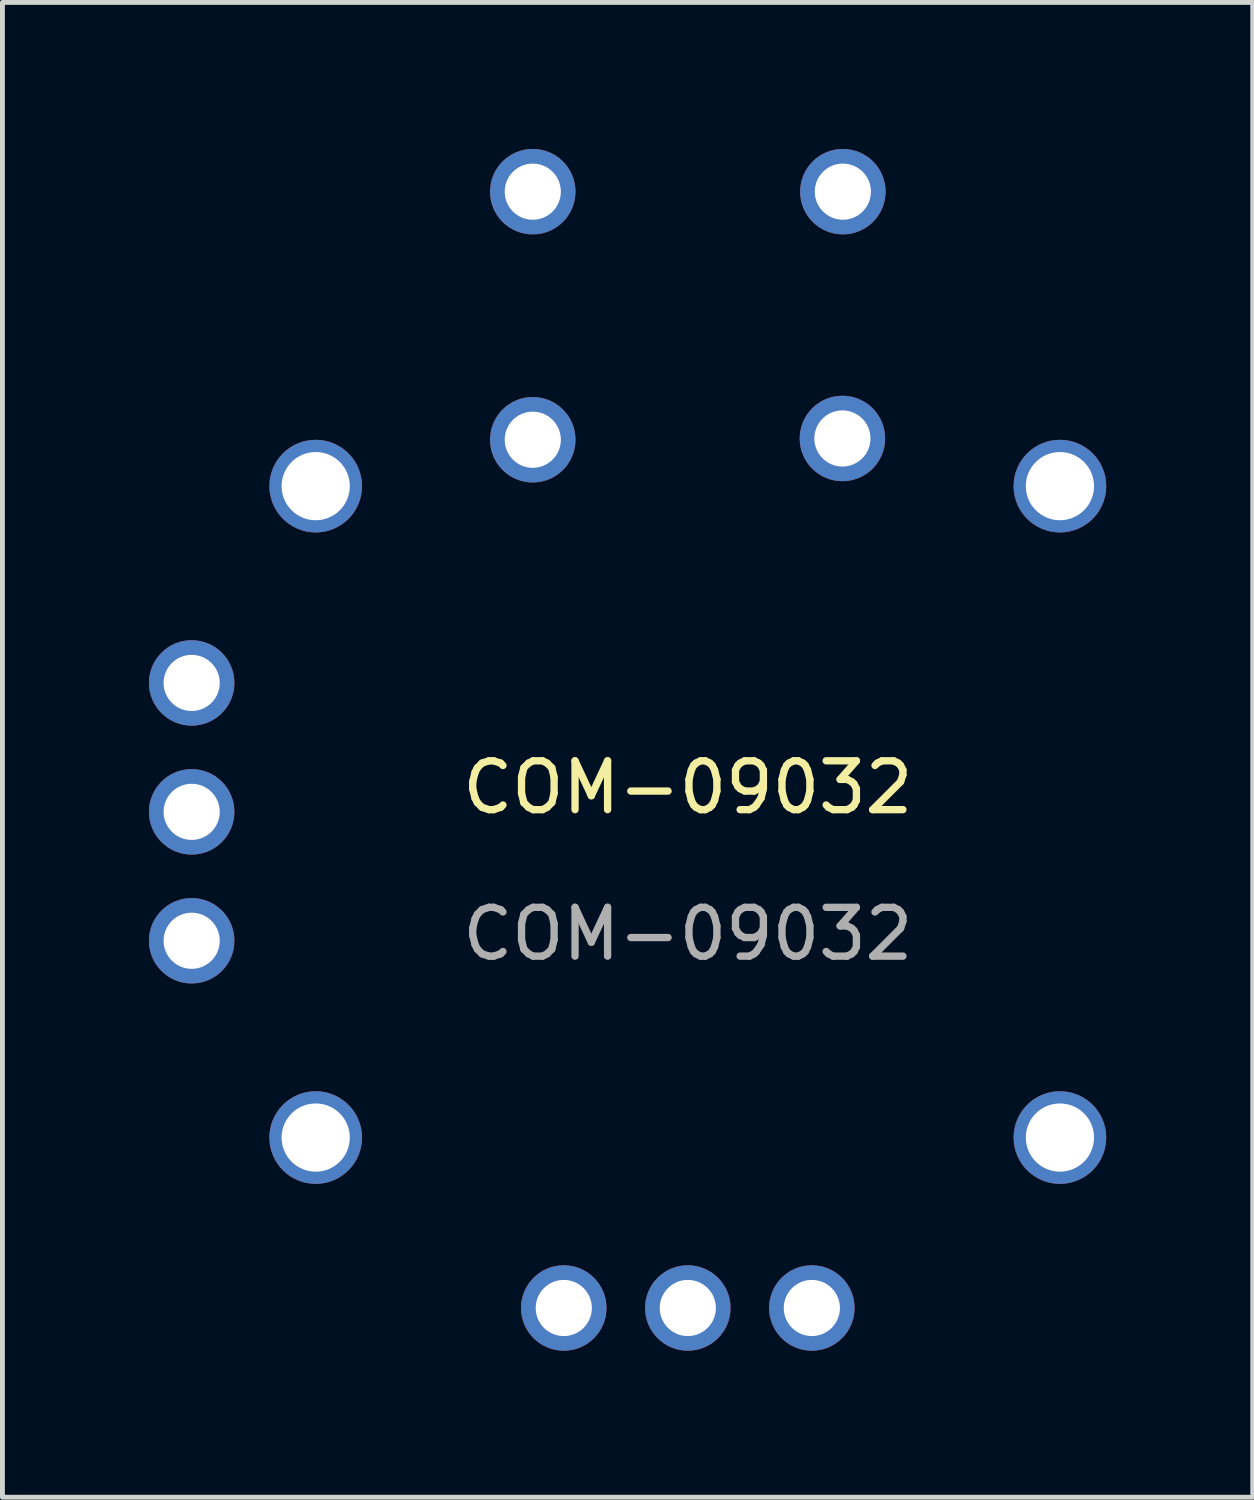
<source format=kicad_pcb>
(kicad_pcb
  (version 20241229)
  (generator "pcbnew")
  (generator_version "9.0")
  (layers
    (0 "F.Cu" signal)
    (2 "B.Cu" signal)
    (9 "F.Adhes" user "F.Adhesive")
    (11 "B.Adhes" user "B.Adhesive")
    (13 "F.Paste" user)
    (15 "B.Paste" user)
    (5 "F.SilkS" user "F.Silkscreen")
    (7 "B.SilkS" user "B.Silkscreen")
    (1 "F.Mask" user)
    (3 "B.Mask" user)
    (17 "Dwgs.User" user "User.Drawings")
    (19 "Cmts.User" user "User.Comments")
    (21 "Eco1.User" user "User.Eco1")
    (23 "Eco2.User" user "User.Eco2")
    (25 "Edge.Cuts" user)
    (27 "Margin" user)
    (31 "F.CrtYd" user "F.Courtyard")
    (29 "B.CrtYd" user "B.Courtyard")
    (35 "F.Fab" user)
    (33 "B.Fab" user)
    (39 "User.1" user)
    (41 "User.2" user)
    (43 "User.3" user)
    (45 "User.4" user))
  (footprint "COM-09032"
    (layer "F.Cu")
    (at 11.035 13.575)
    (property "Reference" "COM-09032" (at 0 -0.5 0) (unlocked yes) (layer "F.SilkS") (effects (font (size 1 1) (thickness 0.15))))
    (attr through_hole)
    (fp_text user "${REFERENCE}" (at 0 2.5 0) (unlocked yes) (layer "F.Fab") (effects (font (size 1 1) (thickness 0.15))))
    (pad "" np_thru_hole circle (at -7.62 -6.67) (size 1.897 1.897) (drill 1.397) (layers "*.Cu" "*.Mask"))
    (pad "" np_thru_hole circle (at -7.62 6.67) (size 1.897 1.897) (drill 1.397) (layers "*.Cu" "*.Mask"))
    (pad "" np_thru_hole circle (at 7.62 -6.67) (size 1.897 1.897) (drill 1.397) (layers "*.Cu" "*.Mask"))
    (pad "" np_thru_hole circle (at 7.62 6.67) (size 1.897 1.897) (drill 1.397) (layers "*.Cu" "*.Mask"))
    (pad "B1A" thru_hole circle (at -3.175 -12.7) (size 1.75 1.75) (drill 1.15) (layers "*.Cu" "*.Mask"))
    (pad "B1B" thru_hole circle (at 3.175 -12.7) (size 1.75 1.75) (drill 1.15) (layers "*.Cu" "*.Mask"))
    (pad "B2A" thru_hole circle (at -3.175 -7.62) (size 1.75 1.75) (drill 1.15) (layers "*.Cu" "*.Mask"))
    (pad "B2B" thru_hole circle (at 3.166 -7.646) (size 1.75 1.75) (drill 1.15) (layers "*.Cu" "*.Mask"))
    (pad "H1" thru_hole circle (at -2.54 10.16) (size 1.75 1.75) (drill 1.15) (layers "*.Cu" "*.Mask"))
    (pad "H2" thru_hole circle (at 0 10.16) (size 1.75 1.75) (drill 1.15) (layers "*.Cu" "*.Mask"))
    (pad "H3" thru_hole circle (at 2.54 10.16) (size 1.75 1.75) (drill 1.15) (layers "*.Cu" "*.Mask"))
    (pad "V1" thru_hole circle (at -10.16 -2.64) (size 1.75 1.75) (drill 1.15) (layers "*.Cu" "*.Mask"))
    (pad "V2" thru_hole circle (at -10.16 0) (size 1.75 1.75) (drill 1.15) (layers "*.Cu" "*.Mask"))
    (pad "V3" thru_hole circle (at -10.16 2.64) (size 1.75 1.75) (drill 1.15) (layers "*.Cu" "*.Mask")))
  (gr_rect
    (start -3 -3)
    (end 22.604 27.61)
    (stroke (width 0.1) (type default))
    (fill no)
    (layer "Edge.Cuts")))
</source>
